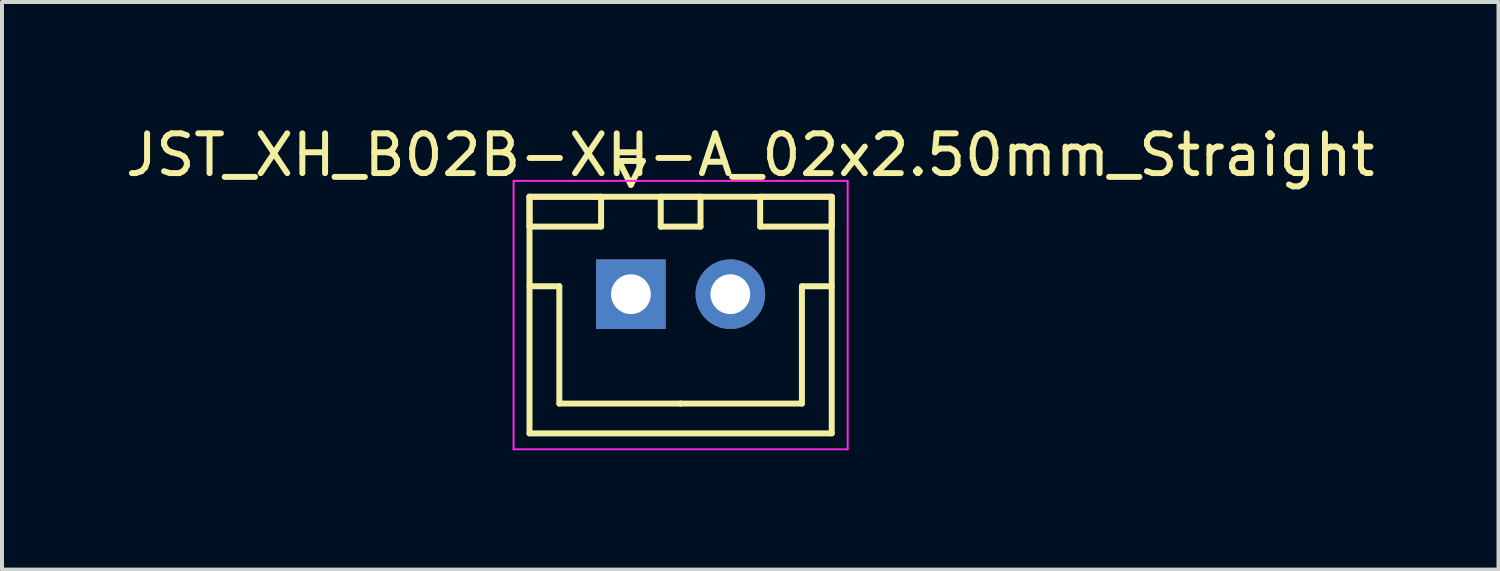
<source format=kicad_pcb>
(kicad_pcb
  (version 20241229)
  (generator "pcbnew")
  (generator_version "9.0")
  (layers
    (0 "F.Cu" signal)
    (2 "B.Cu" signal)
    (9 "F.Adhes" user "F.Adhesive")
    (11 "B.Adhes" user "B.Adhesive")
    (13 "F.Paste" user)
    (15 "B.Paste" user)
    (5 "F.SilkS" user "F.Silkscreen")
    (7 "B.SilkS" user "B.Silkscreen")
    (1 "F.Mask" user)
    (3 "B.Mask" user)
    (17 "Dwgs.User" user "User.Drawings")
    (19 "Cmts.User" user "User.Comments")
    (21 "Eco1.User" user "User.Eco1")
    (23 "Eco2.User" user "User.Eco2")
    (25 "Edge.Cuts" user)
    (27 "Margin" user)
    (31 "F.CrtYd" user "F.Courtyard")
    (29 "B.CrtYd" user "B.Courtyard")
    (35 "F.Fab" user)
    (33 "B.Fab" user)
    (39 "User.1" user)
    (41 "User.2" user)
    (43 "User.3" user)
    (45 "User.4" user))
  (footprint "JST_XH_B02B-XH-A_02x2.50mm_Straight"
    (layer "F.Cu")
    (at 12.815 4.348)
    (property "Reference" "JST_XH_B02B-XH-A_02x2.50mm_Straight" (at 3 -3.5 0) (layer "F.SilkS") (effects (font (size 1 1) (thickness 0.15))))
    (attr through_hole)
    (fp_line (start -2.55 -2.45) (end -2.55 -1.7) (stroke (width 0.15) (type solid)) (layer "F.SilkS"))
    (fp_line (start -2.55 -2.45) (end -2.55 3.5) (stroke (width 0.15) (type solid)) (layer "F.SilkS"))
    (fp_line (start -2.55 -1.7) (end -0.75 -1.7) (stroke (width 0.15) (type solid)) (layer "F.SilkS"))
    (fp_line (start -2.55 -0.2) (end -1.8 -0.2) (stroke (width 0.15) (type solid)) (layer "F.SilkS"))
    (fp_line (start -2.55 3.5) (end 5.05 3.5) (stroke (width 0.15) (type solid)) (layer "F.SilkS"))
    (fp_line (start -1.8 -0.2) (end -1.8 2.75) (stroke (width 0.15) (type solid)) (layer "F.SilkS"))
    (fp_line (start -1.8 2.75) (end 1.25 2.75) (stroke (width 0.15) (type solid)) (layer "F.SilkS"))
    (fp_line (start -0.75 -2.45) (end -2.55 -2.45) (stroke (width 0.15) (type solid)) (layer "F.SilkS"))
    (fp_line (start -0.75 -1.7) (end -0.75 -2.45) (stroke (width 0.15) (type solid)) (layer "F.SilkS"))
    (fp_line (start -0.3 -3.35) (end 0.3 -3.35) (stroke (width 0.15) (type solid)) (layer "F.SilkS"))
    (fp_line (start 0 -2.75) (end -0.3 -3.35) (stroke (width 0.15) (type solid)) (layer "F.SilkS"))
    (fp_line (start 0.3 -3.35) (end 0 -2.75) (stroke (width 0.15) (type solid)) (layer "F.SilkS"))
    (fp_line (start 0.75 -2.45) (end 0.75 -1.7) (stroke (width 0.15) (type solid)) (layer "F.SilkS"))
    (fp_line (start 0.75 -1.7) (end 1.75 -1.7) (stroke (width 0.15) (type solid)) (layer "F.SilkS"))
    (fp_line (start 1.75 -2.45) (end 0.75 -2.45) (stroke (width 0.15) (type solid)) (layer "F.SilkS"))
    (fp_line (start 1.75 -1.7) (end 1.75 -2.45) (stroke (width 0.15) (type solid)) (layer "F.SilkS"))
    (fp_line (start 3.25 -2.45) (end 3.25 -1.7) (stroke (width 0.15) (type solid)) (layer "F.SilkS"))
    (fp_line (start 3.25 -1.7) (end 5.05 -1.7) (stroke (width 0.15) (type solid)) (layer "F.SilkS"))
    (fp_line (start 4.3 -0.2) (end 4.3 2.75) (stroke (width 0.15) (type solid)) (layer "F.SilkS"))
    (fp_line (start 4.3 2.75) (end 1.25 2.75) (stroke (width 0.15) (type solid)) (layer "F.SilkS"))
    (fp_line (start 5.05 -2.45) (end -2.55 -2.45) (stroke (width 0.15) (type solid)) (layer "F.SilkS"))
    (fp_line (start 5.05 -2.45) (end 3.25 -2.45) (stroke (width 0.15) (type solid)) (layer "F.SilkS"))
    (fp_line (start 5.05 -1.7) (end 5.05 -2.45) (stroke (width 0.15) (type solid)) (layer "F.SilkS"))
    (fp_line (start 5.05 -0.2) (end 4.3 -0.2) (stroke (width 0.15) (type solid)) (layer "F.SilkS"))
    (fp_line (start 5.05 3.5) (end 5.05 -2.45) (stroke (width 0.15) (type solid)) (layer "F.SilkS"))
    (fp_line (start -2.95 -2.85) (end -2.95 3.9) (stroke (width 0.05) (type solid)) (layer "F.CrtYd"))
    (fp_line (start -2.95 3.9) (end 5.45 3.9) (stroke (width 0.05) (type solid)) (layer "F.CrtYd"))
    (fp_line (start 5.45 -2.85) (end -2.95 -2.85) (stroke (width 0.05) (type solid)) (layer "F.CrtYd"))
    (fp_line (start 5.45 3.9) (end 5.45 -2.85) (stroke (width 0.05) (type solid)) (layer "F.CrtYd"))
    (pad "1" thru_hole rect (at 0 0) (size 1.75 1.75) (drill 1) (layers "*.Cu" "*.Mask"))
    (pad "2" thru_hole circle (at 2.5 0) (size 1.75 1.75) (drill 1) (layers "*.Cu" "*.Mask")))
  (gr_rect
    (start -3 -3)
    (end 34.631 11.273)
    (stroke (width 0.1) (type default))
    (fill no)
    (layer "Edge.Cuts")))
</source>
